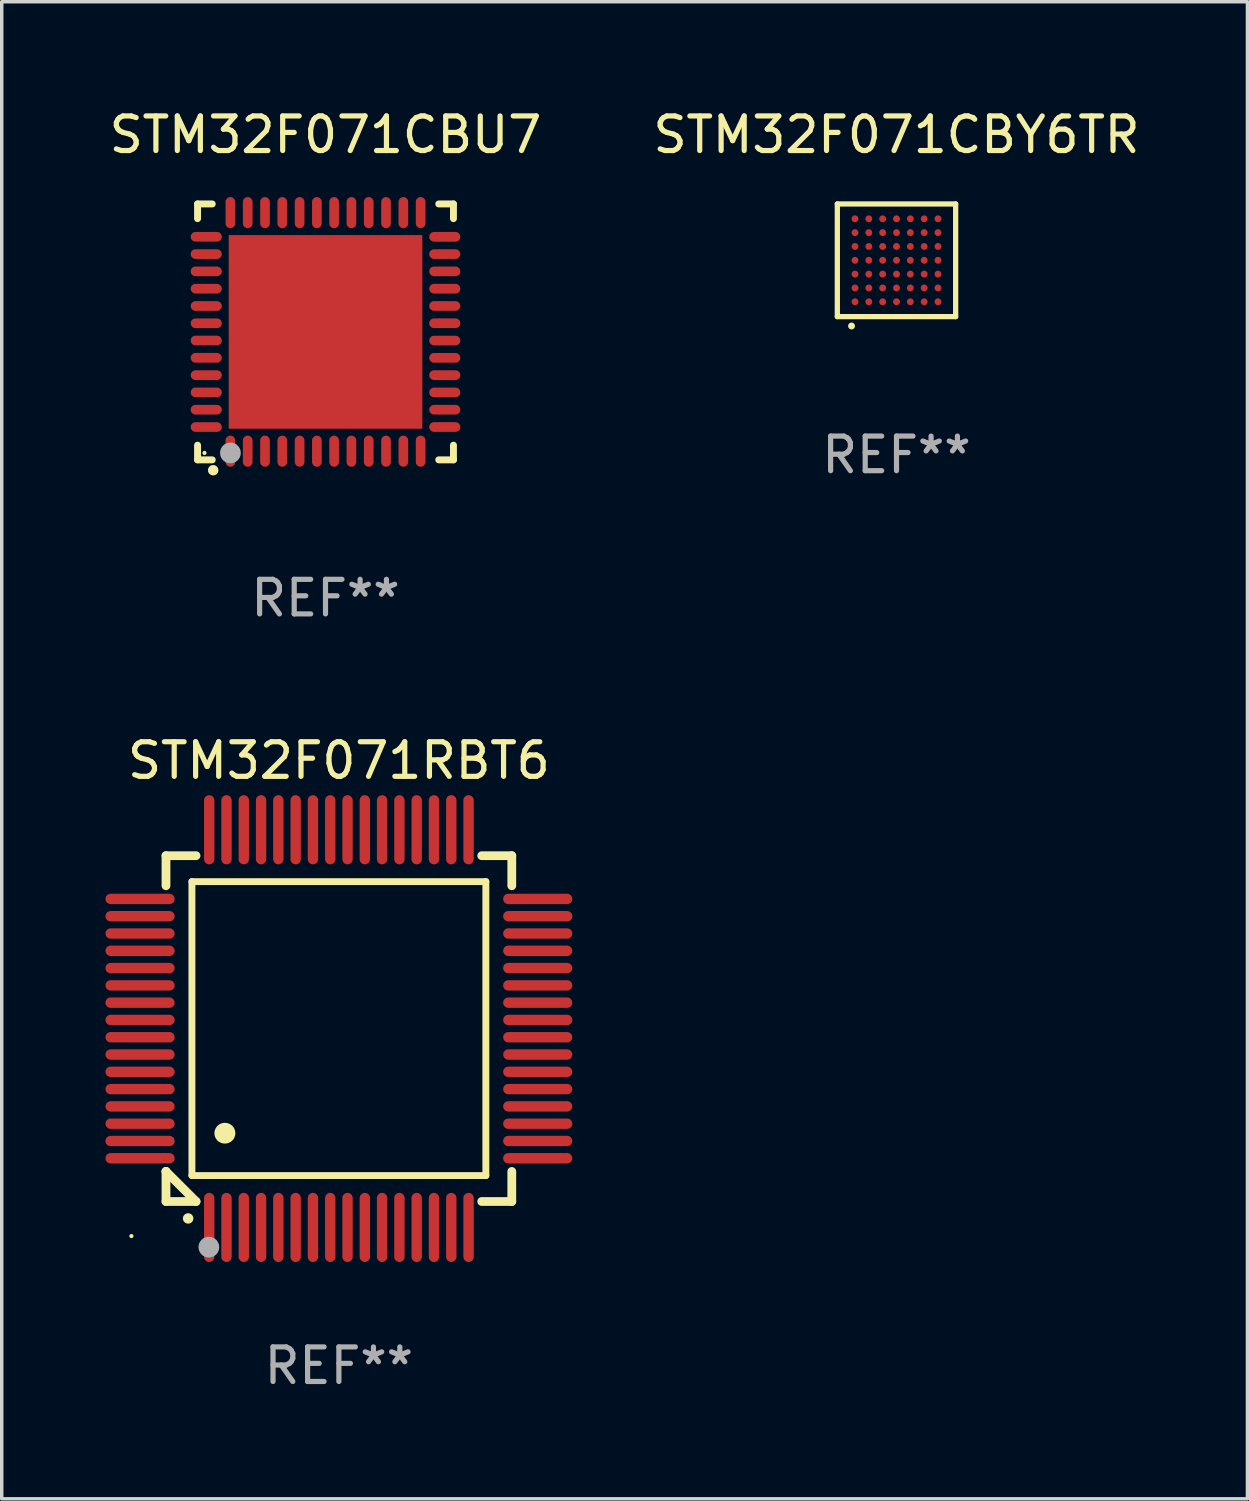
<source format=kicad_pcb>
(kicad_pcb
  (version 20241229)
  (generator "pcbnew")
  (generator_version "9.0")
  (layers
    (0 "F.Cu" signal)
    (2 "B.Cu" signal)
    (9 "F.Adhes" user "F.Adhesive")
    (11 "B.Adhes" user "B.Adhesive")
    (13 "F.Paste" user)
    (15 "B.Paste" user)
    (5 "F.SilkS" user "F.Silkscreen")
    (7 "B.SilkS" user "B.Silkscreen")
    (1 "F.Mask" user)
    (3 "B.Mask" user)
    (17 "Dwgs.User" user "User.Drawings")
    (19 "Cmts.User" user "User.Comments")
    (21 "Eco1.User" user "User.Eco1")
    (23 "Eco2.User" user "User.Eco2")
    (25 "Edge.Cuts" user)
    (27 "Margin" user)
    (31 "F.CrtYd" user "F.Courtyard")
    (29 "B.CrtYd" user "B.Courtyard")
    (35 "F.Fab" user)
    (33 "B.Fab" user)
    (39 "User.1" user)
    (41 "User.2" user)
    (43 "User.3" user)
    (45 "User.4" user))
  (footprint "STM32F071CBU7"
    (layer "F.Cu")
    (at 6.363 6.548)
    (property "Reference" "STM32F071CBU7" (at 0 -5.7 0) (layer "F.SilkS") (effects (font (size 1 1) (thickness 0.15))))
    (attr through_hole)
    (fp_line (start -3.7 -3.7) (end -3.275 -3.7) (stroke (width 0.2) (type solid)) (layer "F.SilkS"))
    (fp_line (start -3.7 -3.275) (end -3.7 -3.7) (stroke (width 0.2) (type solid)) (layer "F.SilkS"))
    (fp_line (start -3.7 3.7) (end -3.7 3.275) (stroke (width 0.2) (type solid)) (layer "F.SilkS"))
    (fp_line (start -3.275 3.7) (end -3.7 3.7) (stroke (width 0.2) (type solid)) (layer "F.SilkS"))
    (fp_line (start 3.7 -3.7) (end 3.275 -3.7) (stroke (width 0.2) (type solid)) (layer "F.SilkS"))
    (fp_line (start 3.7 -3.275) (end 3.7 -3.7) (stroke (width 0.2) (type solid)) (layer "F.SilkS"))
    (fp_line (start 3.7 3.275) (end 3.7 3.7) (stroke (width 0.2) (type solid)) (layer "F.SilkS"))
    (fp_line (start 3.7 3.7) (end 3.275 3.7) (stroke (width 0.2) (type solid)) (layer "F.SilkS"))
    (fp_arc (start -3.249936 3.999975) (mid -3.248666 3.99997) (end -3.247396 3.999975) (stroke (width 0.3) (type solid)) (layer "F.SilkS"))
    (fp_circle (center -3.5 3.5) (end -3.47 3.5) (stroke (width 0.06) (type solid)) (fill no) (layer "F.SilkS"))
    (fp_circle (center -2.75 3.5) (end -2.6 3.5) (stroke (width 0.3) (type solid)) (fill no) (layer "F.Fab"))
    (fp_text user "REF**" (at 0 7.7 0) (layer "F.Fab") (effects (font (size 1 1) (thickness 0.15))))
    (pad "1" smd oval (at -2.751 3.449) (size 0.28 0.9) (layers "F.Cu" "F.Mask" "F.Paste"))
    (pad "2" smd oval (at -2.25 3.449) (size 0.28 0.9) (layers "F.Cu" "F.Mask" "F.Paste"))
    (pad "3" smd oval (at -1.75 3.449) (size 0.28 0.9) (layers "F.Cu" "F.Mask" "F.Paste"))
    (pad "4" smd oval (at -1.25 3.449) (size 0.28 0.9) (layers "F.Cu" "F.Mask" "F.Paste"))
    (pad "5" smd oval (at -0.749 3.449) (size 0.28 0.9) (layers "F.Cu" "F.Mask" "F.Paste"))
    (pad "6" smd oval (at -0.249 3.449) (size 0.28 0.9) (layers "F.Cu" "F.Mask" "F.Paste"))
    (pad "7" smd oval (at 0.249 3.449) (size 0.28 0.9) (layers "F.Cu" "F.Mask" "F.Paste"))
    (pad "8" smd oval (at 0.749 3.449) (size 0.28 0.9) (layers "F.Cu" "F.Mask" "F.Paste"))
    (pad "9" smd oval (at 1.25 3.449) (size 0.28 0.9) (layers "F.Cu" "F.Mask" "F.Paste"))
    (pad "10" smd oval (at 1.75 3.449) (size 0.28 0.9) (layers "F.Cu" "F.Mask" "F.Paste"))
    (pad "11" smd oval (at 2.251 3.449) (size 0.28 0.9) (layers "F.Cu" "F.Mask" "F.Paste"))
    (pad "12" smd oval (at 2.751 3.449) (size 0.28 0.9) (layers "F.Cu" "F.Mask" "F.Paste"))
    (pad "13" smd oval (at 3.449 2.75) (size 0.9 0.28) (layers "F.Cu" "F.Mask" "F.Paste"))
    (pad "14" smd oval (at 3.449 2.25) (size 0.9 0.28) (layers "F.Cu" "F.Mask" "F.Paste"))
    (pad "15" smd oval (at 3.449 1.75) (size 0.9 0.28) (layers "F.Cu" "F.Mask" "F.Paste"))
    (pad "16" smd oval (at 3.449 1.25) (size 0.9 0.28) (layers "F.Cu" "F.Mask" "F.Paste"))
    (pad "17" smd oval (at 3.449 0.75) (size 0.9 0.28) (layers "F.Cu" "F.Mask" "F.Paste"))
    (pad "18" smd oval (at 3.449 0.25) (size 0.9 0.28) (layers "F.Cu" "F.Mask" "F.Paste"))
    (pad "19" smd oval (at 3.449 -0.25) (size 0.9 0.28) (layers "F.Cu" "F.Mask" "F.Paste"))
    (pad "20" smd oval (at 3.449 -0.75) (size 0.9 0.28) (layers "F.Cu" "F.Mask" "F.Paste"))
    (pad "21" smd oval (at 3.449 -1.25) (size 0.9 0.28) (layers "F.Cu" "F.Mask" "F.Paste"))
    (pad "22" smd oval (at 3.449 -1.75) (size 0.9 0.28) (layers "F.Cu" "F.Mask" "F.Paste"))
    (pad "23" smd oval (at 3.449 -2.25) (size 0.9 0.28) (layers "F.Cu" "F.Mask" "F.Paste"))
    (pad "24" smd oval (at 3.449 -2.75) (size 0.9 0.28) (layers "F.Cu" "F.Mask" "F.Paste"))
    (pad "25" smd oval (at 2.751 -3.449) (size 0.28 0.9) (layers "F.Cu" "F.Mask" "F.Paste"))
    (pad "26" smd oval (at 2.251 -3.449) (size 0.28 0.9) (layers "F.Cu" "F.Mask" "F.Paste"))
    (pad "27" smd oval (at 1.75 -3.449) (size 0.28 0.9) (layers "F.Cu" "F.Mask" "F.Paste"))
    (pad "28" smd oval (at 1.25 -3.449) (size 0.28 0.9) (layers "F.Cu" "F.Mask" "F.Paste"))
    (pad "29" smd oval (at 0.749 -3.449) (size 0.28 0.9) (layers "F.Cu" "F.Mask" "F.Paste"))
    (pad "30" smd oval (at 0.249 -3.449) (size 0.28 0.9) (layers "F.Cu" "F.Mask" "F.Paste"))
    (pad "31" smd oval (at -0.249 -3.449) (size 0.28 0.9) (layers "F.Cu" "F.Mask" "F.Paste"))
    (pad "32" smd oval (at -0.749 -3.449) (size 0.28 0.9) (layers "F.Cu" "F.Mask" "F.Paste"))
    (pad "33" smd oval (at -1.25 -3.449) (size 0.28 0.9) (layers "F.Cu" "F.Mask" "F.Paste"))
    (pad "34" smd oval (at -1.75 -3.449) (size 0.28 0.9) (layers "F.Cu" "F.Mask" "F.Paste"))
    (pad "35" smd oval (at -2.25 -3.449) (size 0.28 0.9) (layers "F.Cu" "F.Mask" "F.Paste"))
    (pad "36" smd oval (at -2.751 -3.449) (size 0.28 0.9) (layers "F.Cu" "F.Mask" "F.Paste"))
    (pad "37" smd oval (at -3.449 -2.751) (size 0.9 0.28) (layers "F.Cu" "F.Mask" "F.Paste"))
    (pad "38" smd oval (at -3.449 -2.25) (size 0.9 0.28) (layers "F.Cu" "F.Mask" "F.Paste"))
    (pad "39" smd oval (at -3.449 -1.75) (size 0.9 0.28) (layers "F.Cu" "F.Mask" "F.Paste"))
    (pad "40" smd oval (at -3.449 -1.25) (size 0.9 0.28) (layers "F.Cu" "F.Mask" "F.Paste"))
    (pad "41" smd oval (at -3.449 -0.749) (size 0.9 0.28) (layers "F.Cu" "F.Mask" "F.Paste"))
    (pad "42" smd oval (at -3.449 -0.249) (size 0.9 0.28) (layers "F.Cu" "F.Mask" "F.Paste"))
    (pad "43" smd oval (at -3.449 0.249) (size 0.9 0.28) (layers "F.Cu" "F.Mask" "F.Paste"))
    (pad "44" smd oval (at -3.449 0.749) (size 0.9 0.28) (layers "F.Cu" "F.Mask" "F.Paste"))
    (pad "45" smd oval (at -3.449 1.25) (size 0.9 0.28) (layers "F.Cu" "F.Mask" "F.Paste"))
    (pad "46" smd oval (at -3.449 1.75) (size 0.9 0.28) (layers "F.Cu" "F.Mask" "F.Paste"))
    (pad "47" smd oval (at -3.449 2.25) (size 0.9 0.28) (layers "F.Cu" "F.Mask" "F.Paste"))
    (pad "48" smd oval (at -3.449 2.751) (size 0.9 0.28) (layers "F.Cu" "F.Mask" "F.Paste"))
    (pad "49" smd rect (at 0.000076 -0.000025) (size 5.6 5.6) (layers "F.Cu" "F.Mask" "F.Paste")))
  (footprint "STM32F071CBY6TR"
    (layer "F.Cu")
    (at 22.875 4.477)
    (property "Reference" "STM32F071CBY6TR" (at 0 -3.629 0) (layer "F.SilkS") (effects (font (size 1 1) (thickness 0.15))))
    (attr through_hole)
    (fp_line (start -1.711 -1.629) (end 1.711 -1.629) (stroke (width 0.152) (type solid)) (layer "F.SilkS"))
    (fp_line (start -1.711 1.629) (end -1.711 -1.629) (stroke (width 0.152) (type solid)) (layer "F.SilkS"))
    (fp_line (start 1.711 -1.629) (end 1.711 1.629) (stroke (width 0.152) (type solid)) (layer "F.SilkS"))
    (fp_line (start 1.711 1.629) (end -1.711 1.629) (stroke (width 0.152) (type solid)) (layer "F.SilkS"))
    (fp_circle (center -1.3 1.9) (end -1.25 1.9) (stroke (width 0.1) (type solid)) (fill no) (layer "F.SilkS"))
    (fp_text user "REF**" (at 0 5.629 0) (layer "F.Fab") (effects (font (size 1 1) (thickness 0.15))))
    (pad "A1" smd circle (at -1.2 1.2) (size 0.2 0.2) (layers "F.Cu" "F.Mask" "F.Paste"))
    (pad "A2" smd circle (at -1.2 0.8) (size 0.2 0.2) (layers "F.Cu" "F.Mask" "F.Paste"))
    (pad "A3" smd circle (at -1.2 0.4) (size 0.2 0.2) (layers "F.Cu" "F.Mask" "F.Paste"))
    (pad "A4" smd circle (at -1.2 0) (size 0.2 0.2) (layers "F.Cu" "F.Mask" "F.Paste"))
    (pad "A5" smd circle (at -1.2 -0.4) (size 0.2 0.2) (layers "F.Cu" "F.Mask" "F.Paste"))
    (pad "A6" smd circle (at -1.2 -0.8) (size 0.2 0.2) (layers "F.Cu" "F.Mask" "F.Paste"))
    (pad "A7" smd circle (at -1.2 -1.2) (size 0.2 0.2) (layers "F.Cu" "F.Mask" "F.Paste"))
    (pad "B1" smd circle (at -0.8 1.2) (size 0.2 0.2) (layers "F.Cu" "F.Mask" "F.Paste"))
    (pad "B2" smd circle (at -0.8 0.8) (size 0.2 0.2) (layers "F.Cu" "F.Mask" "F.Paste"))
    (pad "B3" smd circle (at -0.8 0.4) (size 0.2 0.2) (layers "F.Cu" "F.Mask" "F.Paste"))
    (pad "B4" smd circle (at -0.8 0) (size 0.2 0.2) (layers "F.Cu" "F.Mask" "F.Paste"))
    (pad "B5" smd circle (at -0.8 -0.4) (size 0.2 0.2) (layers "F.Cu" "F.Mask" "F.Paste"))
    (pad "B6" smd circle (at -0.8 -0.8) (size 0.2 0.2) (layers "F.Cu" "F.Mask" "F.Paste"))
    (pad "B7" smd circle (at -0.8 -1.2) (size 0.2 0.2) (layers "F.Cu" "F.Mask" "F.Paste"))
    (pad "C1" smd circle (at -0.4 1.2) (size 0.2 0.2) (layers "F.Cu" "F.Mask" "F.Paste"))
    (pad "C2" smd circle (at -0.4 0.8) (size 0.2 0.2) (layers "F.Cu" "F.Mask" "F.Paste"))
    (pad "C3" smd circle (at -0.4 0.4) (size 0.2 0.2) (layers "F.Cu" "F.Mask" "F.Paste"))
    (pad "C4" smd circle (at -0.4 0) (size 0.2 0.2) (layers "F.Cu" "F.Mask" "F.Paste"))
    (pad "C5" smd circle (at -0.4 -0.4) (size 0.2 0.2) (layers "F.Cu" "F.Mask" "F.Paste"))
    (pad "C6" smd circle (at -0.4 -0.8) (size 0.2 0.2) (layers "F.Cu" "F.Mask" "F.Paste"))
    (pad "C7" smd circle (at -0.4 -1.2) (size 0.2 0.2) (layers "F.Cu" "F.Mask" "F.Paste"))
    (pad "D1" smd circle (at 0 1.2) (size 0.2 0.2) (layers "F.Cu" "F.Mask" "F.Paste"))
    (pad "D2" smd circle (at 0 0.8) (size 0.2 0.2) (layers "F.Cu" "F.Mask" "F.Paste"))
    (pad "D3" smd circle (at 0 0.4) (size 0.2 0.2) (layers "F.Cu" "F.Mask" "F.Paste"))
    (pad "D4" smd circle (at 0 0) (size 0.2 0.2) (layers "F.Cu" "F.Mask" "F.Paste"))
    (pad "D5" smd circle (at 0 -0.4) (size 0.2 0.2) (layers "F.Cu" "F.Mask" "F.Paste"))
    (pad "D6" smd circle (at 0 -0.8) (size 0.2 0.2) (layers "F.Cu" "F.Mask" "F.Paste"))
    (pad "D7" smd circle (at 0 -1.2) (size 0.2 0.2) (layers "F.Cu" "F.Mask" "F.Paste"))
    (pad "E1" smd circle (at 0.4 1.2) (size 0.2 0.2) (layers "F.Cu" "F.Mask" "F.Paste"))
    (pad "E2" smd circle (at 0.4 0.8) (size 0.2 0.2) (layers "F.Cu" "F.Mask" "F.Paste"))
    (pad "E3" smd circle (at 0.4 0.4) (size 0.2 0.2) (layers "F.Cu" "F.Mask" "F.Paste"))
    (pad "E4" smd circle (at 0.4 0) (size 0.2 0.2) (layers "F.Cu" "F.Mask" "F.Paste"))
    (pad "E5" smd circle (at 0.4 -0.4) (size 0.2 0.2) (layers "F.Cu" "F.Mask" "F.Paste"))
    (pad "E6" smd circle (at 0.4 -0.8) (size 0.2 0.2) (layers "F.Cu" "F.Mask" "F.Paste"))
    (pad "E7" smd circle (at 0.4 -1.2) (size 0.2 0.2) (layers "F.Cu" "F.Mask" "F.Paste"))
    (pad "F1" smd circle (at 0.8 1.2) (size 0.2 0.2) (layers "F.Cu" "F.Mask" "F.Paste"))
    (pad "F2" smd circle (at 0.8 0.8) (size 0.2 0.2) (layers "F.Cu" "F.Mask" "F.Paste"))
    (pad "F3" smd circle (at 0.8 0.4) (size 0.2 0.2) (layers "F.Cu" "F.Mask" "F.Paste"))
    (pad "F4" smd circle (at 0.8 0) (size 0.2 0.2) (layers "F.Cu" "F.Mask" "F.Paste"))
    (pad "F5" smd circle (at 0.8 -0.4) (size 0.2 0.2) (layers "F.Cu" "F.Mask" "F.Paste"))
    (pad "F6" smd circle (at 0.8 -0.8) (size 0.2 0.2) (layers "F.Cu" "F.Mask" "F.Paste"))
    (pad "F7" smd circle (at 0.8 -1.2) (size 0.2 0.2) (layers "F.Cu" "F.Mask" "F.Paste"))
    (pad "G1" smd circle (at 1.2 1.2) (size 0.2 0.2) (layers "F.Cu" "F.Mask" "F.Paste"))
    (pad "G2" smd circle (at 1.2 0.8) (size 0.2 0.2) (layers "F.Cu" "F.Mask" "F.Paste"))
    (pad "G3" smd circle (at 1.2 0.4) (size 0.2 0.2) (layers "F.Cu" "F.Mask" "F.Paste"))
    (pad "G4" smd circle (at 1.2 0) (size 0.2 0.2) (layers "F.Cu" "F.Mask" "F.Paste"))
    (pad "G5" smd circle (at 1.2 -0.4) (size 0.2 0.2) (layers "F.Cu" "F.Mask" "F.Paste"))
    (pad "G6" smd circle (at 1.2 -0.8) (size 0.2 0.2) (layers "F.Cu" "F.Mask" "F.Paste"))
    (pad "G7" smd circle (at 1.2 -1.2) (size 0.2 0.2) (layers "F.Cu" "F.Mask" "F.Paste")))
  (footprint "STM32F071RBT6"
    (layer "F.Cu")
    (at 6.75 26.695)
    (property "Reference" "STM32F071RBT6" (at 0 -7.75 0) (layer "F.SilkS") (effects (font (size 1 1) (thickness 0.15))))
    (attr through_hole)
    (fp_line (start -5 -5) (end -4.131 -5) (stroke (width 0.254) (type solid)) (layer "F.SilkS"))
    (fp_line (start -5 -4.131) (end -5 -5) (stroke (width 0.254) (type solid)) (layer "F.SilkS"))
    (fp_line (start -5 4.131) (end -5 4.131) (stroke (width 0.254) (type solid)) (layer "F.SilkS"))
    (fp_line (start -5 5) (end -5 4.131) (stroke (width 0.254) (type solid)) (layer "F.SilkS"))
    (fp_line (start -5 4.131) (end -4.131 5) (stroke (width 0.254) (type solid)) (layer "F.SilkS"))
    (fp_line (start -4.25 -4.25) (end -4.25 4.25) (stroke (width 0.2) (type solid)) (layer "F.SilkS"))
    (fp_line (start -4.25 4.25) (end 4.25 4.25) (stroke (width 0.2) (type solid)) (layer "F.SilkS"))
    (fp_line (start -4.131 5) (end -5 5) (stroke (width 0.254) (type solid)) (layer "F.SilkS"))
    (fp_line (start 4.25 -4.25) (end -4.25 -4.25) (stroke (width 0.2) (type solid)) (layer "F.SilkS"))
    (fp_line (start 4.25 4.25) (end 4.25 -4.25) (stroke (width 0.2) (type solid)) (layer "F.SilkS"))
    (fp_line (start 5 -5) (end 4.131 -5) (stroke (width 0.254) (type solid)) (layer "F.SilkS"))
    (fp_line (start 5 -5) (end 5 -4.131) (stroke (width 0.254) (type solid)) (layer "F.SilkS"))
    (fp_line (start 5 4.131) (end 5 5) (stroke (width 0.254) (type solid)) (layer "F.SilkS"))
    (fp_line (start 5 5) (end 4.131 5) (stroke (width 0.254) (type solid)) (layer "F.SilkS"))
    (fp_arc (start -4.361265 5.489992) (mid -4.359995 5.489987) (end -4.358725 5.489992) (stroke (width 0.3) (type solid)) (layer "F.SilkS"))
    (fp_arc (start -3.299467 3.025146) (mid -3.296927 3.025135) (end -3.294387 3.025146) (stroke (width 0.6) (type solid)) (layer "F.SilkS"))
    (fp_circle (center -6 6) (end -5.97 6) (stroke (width 0.06) (type solid)) (fill no) (layer "F.SilkS"))
    (fp_circle (center -3.76 6.32) (end -3.61 6.32) (stroke (width 0.3) (type solid)) (fill no) (layer "F.Fab"))
    (fp_text user "REF**" (at 0 9.75 0) (layer "F.Fab") (effects (font (size 1 1) (thickness 0.15))))
    (pad "1" smd oval (at -3.75 5.75) (size 0.3 2) (layers "F.Cu" "F.Mask" "F.Paste"))
    (pad "2" smd oval (at -3.25 5.75) (size 0.3 2) (layers "F.Cu" "F.Mask" "F.Paste"))
    (pad "3" smd oval (at -2.75 5.75) (size 0.3 2) (layers "F.Cu" "F.Mask" "F.Paste"))
    (pad "4" smd oval (at -2.25 5.75) (size 0.3 2) (layers "F.Cu" "F.Mask" "F.Paste"))
    (pad "5" smd oval (at -1.75 5.75) (size 0.3 2) (layers "F.Cu" "F.Mask" "F.Paste"))
    (pad "6" smd oval (at -1.25 5.75) (size 0.3 2) (layers "F.Cu" "F.Mask" "F.Paste"))
    (pad "7" smd oval (at -0.75 5.75) (size 0.3 2) (layers "F.Cu" "F.Mask" "F.Paste"))
    (pad "8" smd oval (at -0.25 5.75) (size 0.3 2) (layers "F.Cu" "F.Mask" "F.Paste"))
    (pad "9" smd oval (at 0.25 5.75) (size 0.3 2) (layers "F.Cu" "F.Mask" "F.Paste"))
    (pad "10" smd oval (at 0.75 5.75) (size 0.3 2) (layers "F.Cu" "F.Mask" "F.Paste"))
    (pad "11" smd oval (at 1.25 5.75) (size 0.3 2) (layers "F.Cu" "F.Mask" "F.Paste"))
    (pad "12" smd oval (at 1.75 5.75) (size 0.3 2) (layers "F.Cu" "F.Mask" "F.Paste"))
    (pad "13" smd oval (at 2.25 5.75) (size 0.3 2) (layers "F.Cu" "F.Mask" "F.Paste"))
    (pad "14" smd oval (at 2.75 5.75) (size 0.3 2) (layers "F.Cu" "F.Mask" "F.Paste"))
    (pad "15" smd oval (at 3.25 5.75) (size 0.3 2) (layers "F.Cu" "F.Mask" "F.Paste"))
    (pad "16" smd oval (at 3.75 5.75) (size 0.3 2) (layers "F.Cu" "F.Mask" "F.Paste"))
    (pad "17" smd oval (at 5.75 3.75) (size 2 0.3) (layers "F.Cu" "F.Mask" "F.Paste"))
    (pad "18" smd oval (at 5.75 3.25) (size 2 0.3) (layers "F.Cu" "F.Mask" "F.Paste"))
    (pad "19" smd oval (at 5.75 2.75) (size 2 0.3) (layers "F.Cu" "F.Mask" "F.Paste"))
    (pad "20" smd oval (at 5.75 2.25) (size 2 0.3) (layers "F.Cu" "F.Mask" "F.Paste"))
    (pad "21" smd oval (at 5.75 1.75) (size 2 0.3) (layers "F.Cu" "F.Mask" "F.Paste"))
    (pad "22" smd oval (at 5.75 1.25) (size 2 0.3) (layers "F.Cu" "F.Mask" "F.Paste"))
    (pad "23" smd oval (at 5.75 0.75) (size 2 0.3) (layers "F.Cu" "F.Mask" "F.Paste"))
    (pad "24" smd oval (at 5.75 0.25) (size 2 0.3) (layers "F.Cu" "F.Mask" "F.Paste"))
    (pad "25" smd oval (at 5.75 -0.25) (size 2 0.3) (layers "F.Cu" "F.Mask" "F.Paste"))
    (pad "26" smd oval (at 5.75 -0.75) (size 2 0.3) (layers "F.Cu" "F.Mask" "F.Paste"))
    (pad "27" smd oval (at 5.75 -1.25) (size 2 0.3) (layers "F.Cu" "F.Mask" "F.Paste"))
    (pad "28" smd oval (at 5.75 -1.75) (size 2 0.3) (layers "F.Cu" "F.Mask" "F.Paste"))
    (pad "29" smd oval (at 5.75 -2.25) (size 2 0.3) (layers "F.Cu" "F.Mask" "F.Paste"))
    (pad "30" smd oval (at 5.75 -2.75) (size 2 0.3) (layers "F.Cu" "F.Mask" "F.Paste"))
    (pad "31" smd oval (at 5.75 -3.25) (size 2 0.3) (layers "F.Cu" "F.Mask" "F.Paste"))
    (pad "32" smd oval (at 5.75 -3.75) (size 2 0.3) (layers "F.Cu" "F.Mask" "F.Paste"))
    (pad "33" smd oval (at 3.75 -5.75) (size 0.3 2) (layers "F.Cu" "F.Mask" "F.Paste"))
    (pad "34" smd oval (at 3.25 -5.75) (size 0.3 2) (layers "F.Cu" "F.Mask" "F.Paste"))
    (pad "35" smd oval (at 2.75 -5.75) (size 0.3 2) (layers "F.Cu" "F.Mask" "F.Paste"))
    (pad "36" smd oval (at 2.25 -5.75) (size 0.3 2) (layers "F.Cu" "F.Mask" "F.Paste"))
    (pad "37" smd oval (at 1.75 -5.75) (size 0.3 2) (layers "F.Cu" "F.Mask" "F.Paste"))
    (pad "38" smd oval (at 1.25 -5.75) (size 0.3 2) (layers "F.Cu" "F.Mask" "F.Paste"))
    (pad "39" smd oval (at 0.75 -5.75) (size 0.3 2) (layers "F.Cu" "F.Mask" "F.Paste"))
    (pad "40" smd oval (at 0.25 -5.75) (size 0.3 2) (layers "F.Cu" "F.Mask" "F.Paste"))
    (pad "41" smd oval (at -0.25 -5.75) (size 0.3 2) (layers "F.Cu" "F.Mask" "F.Paste"))
    (pad "42" smd oval (at -0.75 -5.75) (size 0.3 2) (layers "F.Cu" "F.Mask" "F.Paste"))
    (pad "43" smd oval (at -1.25 -5.75) (size 0.3 2) (layers "F.Cu" "F.Mask" "F.Paste"))
    (pad "44" smd oval (at -1.75 -5.75) (size 0.3 2) (layers "F.Cu" "F.Mask" "F.Paste"))
    (pad "45" smd oval (at -2.25 -5.75) (size 0.3 2) (layers "F.Cu" "F.Mask" "F.Paste"))
    (pad "46" smd oval (at -2.75 -5.75) (size 0.3 2) (layers "F.Cu" "F.Mask" "F.Paste"))
    (pad "47" smd oval (at -3.25 -5.75) (size 0.3 2) (layers "F.Cu" "F.Mask" "F.Paste"))
    (pad "48" smd oval (at -3.75 -5.75) (size 0.3 2) (layers "F.Cu" "F.Mask" "F.Paste"))
    (pad "49" smd oval (at -5.75 -3.75) (size 2 0.3) (layers "F.Cu" "F.Mask" "F.Paste"))
    (pad "50" smd oval (at -5.75 -3.25) (size 2 0.3) (layers "F.Cu" "F.Mask" "F.Paste"))
    (pad "51" smd oval (at -5.75 -2.75) (size 2 0.3) (layers "F.Cu" "F.Mask" "F.Paste"))
    (pad "52" smd oval (at -5.75 -2.25) (size 2 0.3) (layers "F.Cu" "F.Mask" "F.Paste"))
    (pad "53" smd oval (at -5.75 -1.75) (size 2 0.3) (layers "F.Cu" "F.Mask" "F.Paste"))
    (pad "54" smd oval (at -5.75 -1.25) (size 2 0.3) (layers "F.Cu" "F.Mask" "F.Paste"))
    (pad "55" smd oval (at -5.75 -0.75) (size 2 0.3) (layers "F.Cu" "F.Mask" "F.Paste"))
    (pad "56" smd oval (at -5.75 -0.25) (size 2 0.3) (layers "F.Cu" "F.Mask" "F.Paste"))
    (pad "57" smd oval (at -5.75 0.25) (size 2 0.3) (layers "F.Cu" "F.Mask" "F.Paste"))
    (pad "58" smd oval (at -5.75 0.75) (size 2 0.3) (layers "F.Cu" "F.Mask" "F.Paste"))
    (pad "59" smd oval (at -5.75 1.25) (size 2 0.3) (layers "F.Cu" "F.Mask" "F.Paste"))
    (pad "60" smd oval (at -5.75 1.75) (size 2 0.3) (layers "F.Cu" "F.Mask" "F.Paste"))
    (pad "61" smd oval (at -5.75 2.25) (size 2 0.3) (layers "F.Cu" "F.Mask" "F.Paste"))
    (pad "62" smd oval (at -5.75 2.75) (size 2 0.3) (layers "F.Cu" "F.Mask" "F.Paste"))
    (pad "63" smd oval (at -5.75 3.25) (size 2 0.3) (layers "F.Cu" "F.Mask" "F.Paste"))
    (pad "64" smd oval (at -5.75 3.75) (size 2 0.3) (layers "F.Cu" "F.Mask" "F.Paste")))
  (gr_rect
    (start -3 -3)
    (end 33.024 40.293)
    (stroke (width 0.1) (type default))
    (fill no)
    (layer "Edge.Cuts")))
</source>
